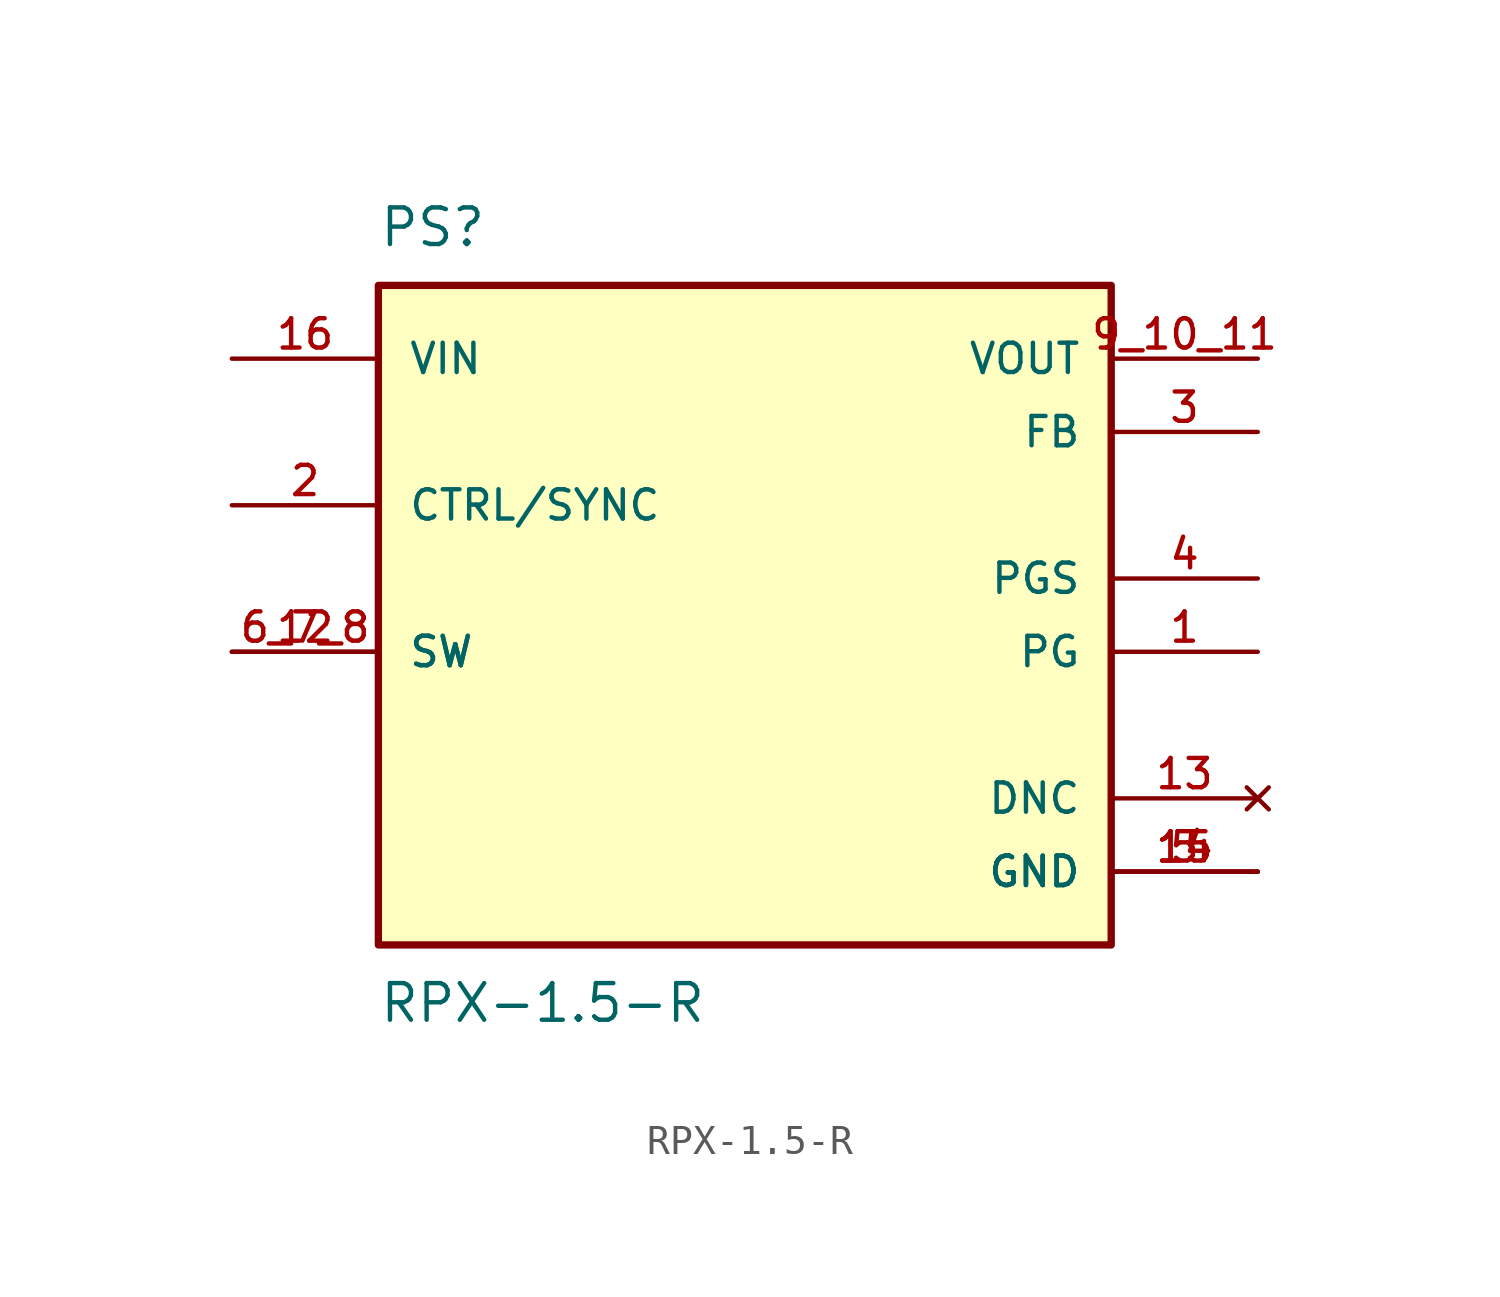
<source format=kicad_sym>
(kicad_symbol_lib
  (version 20211014)
  (generator kicad_symbol_editor)
  (symbol "RPX-1.5-R"
    (pin_names
      (offset 1.016))
    (property "Reference" "PS"
      (at -12.7 11.43 0)
      (effects (font (size 1.27 1.27)) (justify bottom left)))
    (property "Value" "RPX-1.5-R"
      (at -12.7 -13.97 0)
      (effects (font (size 1.27 1.27)) (justify top left)))
    (symbol "RPX-1.5-R_0_0"
      (rectangle (start -12.7 -12.7) (end 12.7 10.16) (stroke (width 0.254)) (fill (type background)))
      (pin output line (at 17.78 -2.54 180.0) (length 5.08) (name "PG" (effects (font (size 1.016 1.016)))) (number "1" (effects (font (size 1.016 1.016)))))
      (pin input line (at -17.78 2.54 0) (length 5.08) (name "CTRL/SYNC" (effects (font (size 1.016 1.016)))) (number "2" (effects (font (size 1.016 1.016)))))
      (pin input line (at 17.78 5.08 180.0) (length 5.08) (name "FB" (effects (font (size 1.016 1.016)))) (number "3" (effects (font (size 1.016 1.016)))))
      (pin input line (at 17.78 0.0 180.0) (length 5.08) (name "PGS" (effects (font (size 1.016 1.016)))) (number "4" (effects (font (size 1.016 1.016)))))
      (pin passive line (at -17.78 -2.54 0) (length 5.08) (name "SW" (effects (font (size 1.016 1.016)))) (number "6_7_8" (effects (font (size 1.016 1.016)))))
      (pin passive line (at -17.78 -2.54 0) (length 5.08) (name "SW" (effects (font (size 1.016 1.016)))) (number "12" (effects (font (size 1.016 1.016)))))
      (pin output line (at 17.78 7.62 180.0) (length 5.08) (name "VOUT" (effects (font (size 1.016 1.016)))) (number "9_10_11" (effects (font (size 1.016 1.016)))))
      (pin no_connect line (at 17.78 -7.62 180.0) (length 5.08) (name "DNC" (effects (font (size 1.016 1.016)))) (number "13" (effects (font (size 1.016 1.016)))))
      (pin power_in line (at 17.78 -10.16 180.0) (length 5.08) (name "GND" (effects (font (size 1.016 1.016)))) (number "5" (effects (font (size 1.016 1.016)))))
      (pin power_in line (at 17.78 -10.16 180.0) (length 5.08) (name "GND" (effects (font (size 1.016 1.016)))) (number "14" (effects (font (size 1.016 1.016)))))
      (pin power_in line (at 17.78 -10.16 180.0) (length 5.08) (name "GND" (effects (font (size 1.016 1.016)))) (number "15" (effects (font (size 1.016 1.016)))))
      (pin input line (at -17.78 7.62 0) (length 5.08) (name "VIN" (effects (font (size 1.016 1.016)))) (number "16" (effects (font (size 1.016 1.016))))))))
</source>
